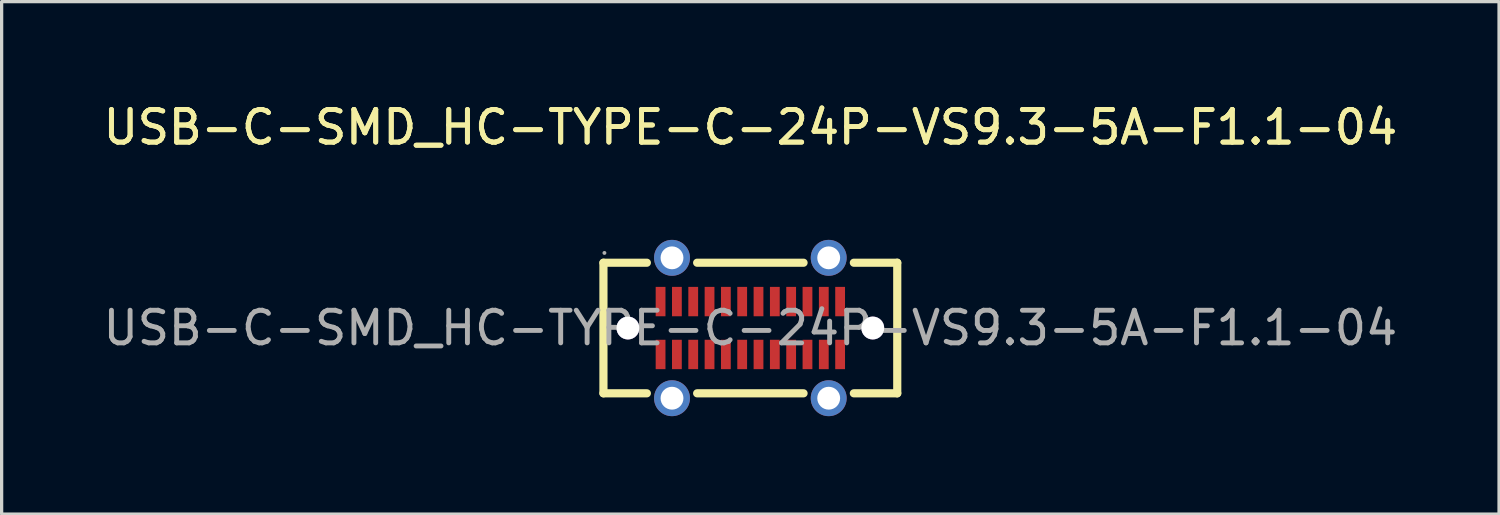
<source format=kicad_pcb>
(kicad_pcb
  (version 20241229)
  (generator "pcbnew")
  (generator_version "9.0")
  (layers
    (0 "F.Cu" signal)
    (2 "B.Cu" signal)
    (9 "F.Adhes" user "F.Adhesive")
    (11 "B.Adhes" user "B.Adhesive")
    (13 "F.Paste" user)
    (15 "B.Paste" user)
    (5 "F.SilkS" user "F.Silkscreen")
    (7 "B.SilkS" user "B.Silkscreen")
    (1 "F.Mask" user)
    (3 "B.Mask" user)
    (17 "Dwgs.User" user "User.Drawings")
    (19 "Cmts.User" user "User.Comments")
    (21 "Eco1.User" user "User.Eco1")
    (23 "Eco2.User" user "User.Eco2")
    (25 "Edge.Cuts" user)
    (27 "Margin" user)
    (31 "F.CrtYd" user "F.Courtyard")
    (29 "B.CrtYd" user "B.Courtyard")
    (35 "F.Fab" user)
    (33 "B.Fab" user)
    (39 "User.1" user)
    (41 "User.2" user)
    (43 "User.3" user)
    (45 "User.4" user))
  (footprint "USB-C-SMD_HC-TYPE-C-24P-VS9.3-5A-F1.1-04"
    (layer "F.Cu")
    (at 19.935 6.998)
    (property "Reference" "USB-C-SMD_HC-TYPE-C-24P-VS9.3-5A-F1.1-04" (at 0 -6.15 0) (layer "F.SilkS") (effects (font (size 1 1) (thickness 0.15))))
    (attr smd)
    (fp_line (start -4.5 -2) (end -3.17 -2) (stroke (width 0.25) (type solid)) (layer "F.SilkS"))
    (fp_line (start -4.5 2) (end -4.5 -2) (stroke (width 0.25) (type solid)) (layer "F.SilkS"))
    (fp_line (start -3.17 2) (end -4.5 2) (stroke (width 0.25) (type solid)) (layer "F.SilkS"))
    (fp_line (start -1.63 -2) (end 1.63 -2) (stroke (width 0.25) (type solid)) (layer "F.SilkS"))
    (fp_line (start 1.63 2) (end -1.63 2) (stroke (width 0.25) (type solid)) (layer "F.SilkS"))
    (fp_line (start 3.17 -2) (end 4.5 -2) (stroke (width 0.25) (type solid)) (layer "F.SilkS"))
    (fp_line (start 4.5 -2) (end 4.5 2) (stroke (width 0.25) (type solid)) (layer "F.SilkS"))
    (fp_line (start 4.5 2) (end 3.17 2) (stroke (width 0.25) (type solid)) (layer "F.SilkS"))
    (fp_circle (center -3.75 0) (end -3.6 0) (stroke (width 0.3) (type solid)) (fill no) (layer "Cmts.User"))
    (fp_circle (center 3.75 0) (end 3.9 0) (stroke (width 0.3) (type solid)) (fill no) (layer "Cmts.User"))
    (fp_circle (center -4.47 -2.3) (end -4.44 -2.3) (stroke (width 0.06) (type solid)) (fill no) (layer "F.Fab"))
    (fp_text user "${REFERENCE}" (at 0 -6.15 0) (layer "F.SilkS") (effects (font (size 1 1) (thickness 0.15))))
    (fp_text user "${REFERENCE}" (at 0 0 0) (layer "F.Fab") (effects (font (size 1 1) (thickness 0.15))))
    (pad "" thru_hole circle (at -3.75 0) (size 0.7 0.7) (drill 0.7) (layers "*.Cu" "*.Mask"))
    (pad "" thru_hole circle (at 3.75 0) (size 0.7 0.7) (drill 0.7) (layers "*.Cu" "*.Mask"))
    (pad "25" thru_hole circle (at -2.4 -2.15) (size 1.1 1.1) (drill 0.7) (layers "*.Cu" "*.Mask"))
    (pad "26" thru_hole circle (at 2.4 -2.15) (size 1.1 1.1) (drill 0.7) (layers "*.Cu" "*.Mask"))
    (pad "27" thru_hole circle (at 2.4 2.15) (size 1.1 1.1) (drill 0.7) (layers "*.Cu" "*.Mask"))
    (pad "28" thru_hole circle (at -2.4 2.15) (size 1.1 1.1) (drill 0.7) (layers "*.Cu" "*.Mask"))
    (pad "A1" smd rect (at -2.75 -0.81) (size 0.3 0.9) (layers "F.Cu" "F.Mask" "F.Paste"))
    (pad "A2" smd rect (at -2.25 -0.81) (size 0.3 0.9) (layers "F.Cu" "F.Mask" "F.Paste"))
    (pad "A3" smd rect (at -1.75 -0.81) (size 0.3 0.9) (layers "F.Cu" "F.Mask" "F.Paste"))
    (pad "A4" smd rect (at -1.25 -0.81) (size 0.3 0.9) (layers "F.Cu" "F.Mask" "F.Paste"))
    (pad "A5" smd rect (at -0.75 -0.81) (size 0.3 0.9) (layers "F.Cu" "F.Mask" "F.Paste"))
    (pad "A6" smd rect (at -0.25 -0.81) (size 0.3 0.9) (layers "F.Cu" "F.Mask" "F.Paste"))
    (pad "A7" smd rect (at 0.25 -0.81) (size 0.3 0.9) (layers "F.Cu" "F.Mask" "F.Paste"))
    (pad "A8" smd rect (at 0.75 -0.81) (size 0.3 0.9) (layers "F.Cu" "F.Mask" "F.Paste"))
    (pad "A9" smd rect (at 1.25 -0.81) (size 0.3 0.9) (layers "F.Cu" "F.Mask" "F.Paste"))
    (pad "A10" smd rect (at 1.75 -0.81) (size 0.3 0.9) (layers "F.Cu" "F.Mask" "F.Paste"))
    (pad "A11" smd rect (at 2.25 -0.81) (size 0.3 0.9) (layers "F.Cu" "F.Mask" "F.Paste"))
    (pad "A12" smd rect (at 2.75 -0.81) (size 0.3 0.9) (layers "F.Cu" "F.Mask" "F.Paste"))
    (pad "B1" smd rect (at 2.75 0.81) (size 0.3 0.9) (layers "F.Cu" "F.Mask" "F.Paste"))
    (pad "B2" smd rect (at 2.25 0.81) (size 0.3 0.9) (layers "F.Cu" "F.Mask" "F.Paste"))
    (pad "B3" smd rect (at 1.75 0.81) (size 0.3 0.9) (layers "F.Cu" "F.Mask" "F.Paste"))
    (pad "B4" smd rect (at 1.25 0.81) (size 0.3 0.9) (layers "F.Cu" "F.Mask" "F.Paste"))
    (pad "B5" smd rect (at 0.75 0.81) (size 0.3 0.9) (layers "F.Cu" "F.Mask" "F.Paste"))
    (pad "B6" smd rect (at 0.25 0.81) (size 0.3 0.9) (layers "F.Cu" "F.Mask" "F.Paste"))
    (pad "B7" smd rect (at -0.25 0.81) (size 0.3 0.9) (layers "F.Cu" "F.Mask" "F.Paste"))
    (pad "B8" smd rect (at -0.75 0.81) (size 0.3 0.9) (layers "F.Cu" "F.Mask" "F.Paste"))
    (pad "B9" smd rect (at -1.25 0.81) (size 0.3 0.9) (layers "F.Cu" "F.Mask" "F.Paste"))
    (pad "B10" smd rect (at -1.75 0.81) (size 0.3 0.9) (layers "F.Cu" "F.Mask" "F.Paste"))
    (pad "B11" smd rect (at -2.25 0.81) (size 0.3 0.9) (layers "F.Cu" "F.Mask" "F.Paste"))
    (pad "B12" smd rect (at -2.75 0.81) (size 0.3 0.9) (layers "F.Cu" "F.Mask" "F.Paste")))
  (gr_rect
    (start -3 -3)
    (end 42.869 12.698)
    (stroke (width 0.1) (type default))
    (fill no)
    (layer "Edge.Cuts")))
</source>
